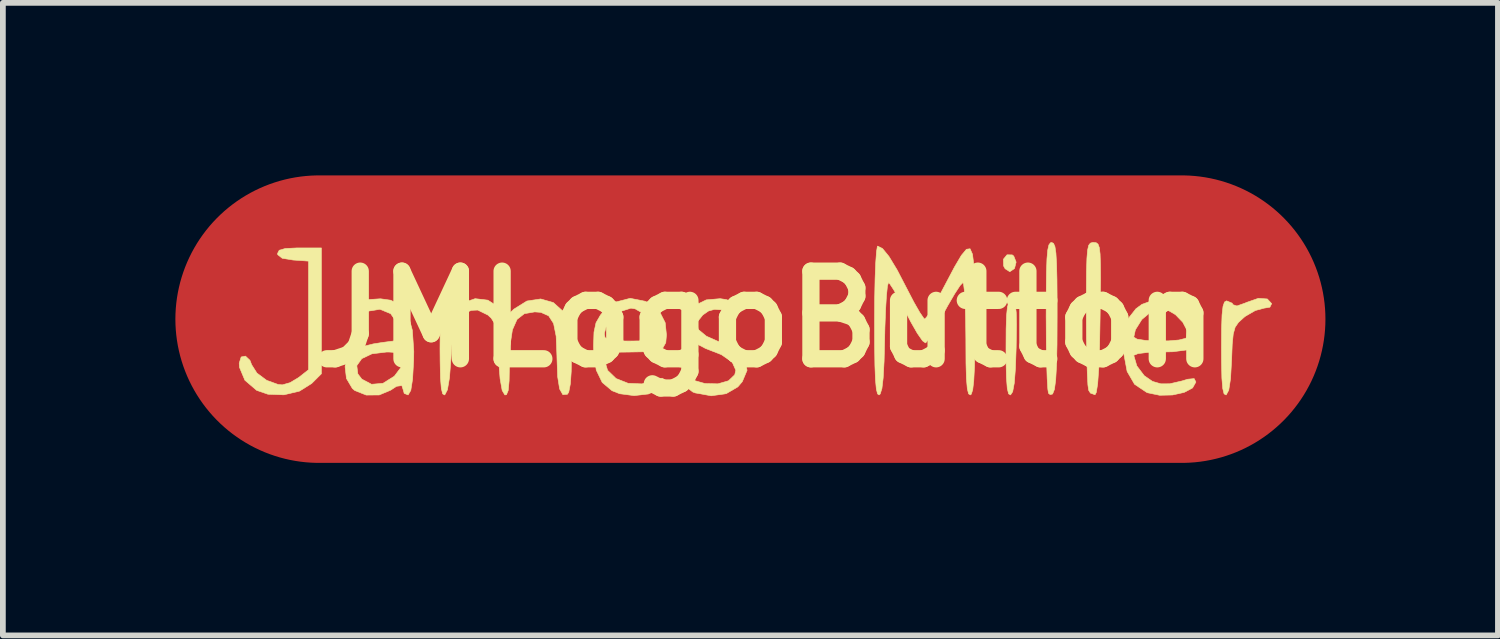
<source format=kicad_pcb>
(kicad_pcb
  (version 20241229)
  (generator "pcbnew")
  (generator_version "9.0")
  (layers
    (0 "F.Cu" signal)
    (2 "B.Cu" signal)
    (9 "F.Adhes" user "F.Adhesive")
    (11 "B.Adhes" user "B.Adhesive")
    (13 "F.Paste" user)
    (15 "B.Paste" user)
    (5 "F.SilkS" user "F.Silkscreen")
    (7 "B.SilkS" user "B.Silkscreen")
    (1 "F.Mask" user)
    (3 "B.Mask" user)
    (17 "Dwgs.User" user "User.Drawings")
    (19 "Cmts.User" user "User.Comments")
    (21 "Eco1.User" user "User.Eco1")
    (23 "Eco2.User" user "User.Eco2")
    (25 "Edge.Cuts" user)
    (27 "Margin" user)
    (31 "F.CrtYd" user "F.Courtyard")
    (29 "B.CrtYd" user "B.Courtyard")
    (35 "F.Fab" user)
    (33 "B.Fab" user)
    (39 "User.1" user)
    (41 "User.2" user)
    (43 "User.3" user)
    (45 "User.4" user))
  (footprint "JMLogoButton"
    (layer "F.Cu")
    (at 10.254 2.5)
    (property "Reference" "JMLogoButton" (at 0 0 0) (layer "F.SilkS") (effects (font (size 1.524 1.524) (thickness 0.3))))
    (attr through_hole)
    (fp_poly (pts (xy 4.3 -1.117) (xy 4.326 -1.096) (xy 4.367 -0.992) (xy 4.339 -0.881) (xy 4.259 -0.826) (xy 4.255 -0.826) (xy 4.176 -0.876) (xy 4.149 -0.925) (xy 4.146 -1.042) (xy 4.209 -1.119) (xy 4.3 -1.117)) (stroke (width 0.01) (type solid)) (fill yes) (layer "F.SilkS"))
    (fp_poly (pts (xy 4.328 -0.301) (xy 4.355 -0.24) (xy 4.369 -0.113) (xy 4.373 0.098) (xy 4.369 0.412) (xy 4.368 0.487) (xy 4.355 0.857) (xy 4.335 1.112) (xy 4.307 1.262) (xy 4.27 1.318) (xy 4.236 1.299) (xy 4.213 1.206) (xy 4.199 1.025) (xy 4.192 0.741) (xy 4.191 0.513) (xy 4.193 0.169) (xy 4.201 -0.067) (xy 4.216 -0.214) (xy 4.241 -0.291) (xy 4.278 -0.317) (xy 4.288 -0.318) (xy 4.328 -0.301)) (stroke (width 0.01) (type solid)) (fill yes) (layer "F.SilkS"))
    (fp_poly (pts (xy 5.017 -1.318) (xy 5.042 -1.262) (xy 5.059 -1.149) (xy 5.07 -0.965) (xy 5.077 -0.694) (xy 5.08 -0.32) (xy 5.08 -0.035) (xy 5.078 0.441) (xy 5.07 0.802) (xy 5.055 1.059) (xy 5.033 1.222) (xy 5.001 1.302) (xy 4.959 1.312) (xy 4.93 1.289) (xy 4.918 1.216) (xy 4.907 1.036) (xy 4.898 0.768) (xy 4.892 0.432) (xy 4.89 0.047) (xy 4.889 -0.042) (xy 4.891 -0.484) (xy 4.895 -0.815) (xy 4.903 -1.049) (xy 4.917 -1.203) (xy 4.937 -1.291) (xy 4.964 -1.328) (xy 4.985 -1.333) (xy 5.017 -1.318)) (stroke (width 0.01) (type solid)) (fill yes) (layer "F.SilkS"))
    (fp_poly (pts (xy 5.759 -1.329) (xy 5.791 -1.305) (xy 5.813 -1.246) (xy 5.827 -1.135) (xy 5.833 -0.957) (xy 5.835 -0.694) (xy 5.831 -0.332) (xy 5.827 -0.021) (xy 5.818 0.481) (xy 5.804 0.861) (xy 5.785 1.124) (xy 5.761 1.274) (xy 5.739 1.315) (xy 5.659 1.286) (xy 5.628 1.236) (xy 5.615 1.142) (xy 5.605 0.943) (xy 5.596 0.66) (xy 5.59 0.315) (xy 5.588 -0.071) (xy 5.588 -0.1) (xy 5.589 -0.525) (xy 5.591 -0.838) (xy 5.598 -1.058) (xy 5.61 -1.201) (xy 5.629 -1.284) (xy 5.658 -1.322) (xy 5.697 -1.333) (xy 5.716 -1.333) (xy 5.759 -1.329)) (stroke (width 0.01) (type solid)) (fill yes) (layer "F.SilkS"))
    (fp_poly (pts (xy -7.715 0.95) (xy -7.884 1.119) (xy -8.096 1.252) (xy -8.367 1.316) (xy -8.644 1.306) (xy -8.841 1.238) (xy -9.045 1.063) (xy -9.139 0.839) (xy -9.144 0.766) (xy -9.11 0.658) (xy -9.035 0.643) (xy -8.957 0.717) (xy -8.928 0.793) (xy -8.836 0.938) (xy -8.667 1.064) (xy -8.468 1.136) (xy -8.394 1.143) (xy -8.26 1.105) (xy -8.108 1.014) (xy -8.105 1.011) (xy -7.938 0.88) (xy -7.938 -1.009) (xy -8.207 -1.028) (xy -8.396 -1.059) (xy -8.474 -1.12) (xy -8.477 -1.143) (xy -8.448 -1.198) (xy -8.344 -1.228) (xy -8.142 -1.238) (xy -8.096 -1.238) (xy -7.715 -1.238) (xy -7.715 0.95)) (stroke (width 0.01) (type solid)) (fill yes) (layer "F.SilkS"))
    (fp_poly (pts (xy 8.735 -0.351) (xy 8.811 -0.27) (xy 8.78 -0.208) (xy 8.678 -0.191) (xy 8.526 -0.15) (xy 8.355 -0.051) (xy 8.326 -0.028) (xy 8.234 0.056) (xy 8.176 0.14) (xy 8.143 0.257) (xy 8.125 0.437) (xy 8.114 0.713) (xy 8.114 0.713) (xy 8.096 1.034) (xy 8.065 1.234) (xy 8.021 1.316) (xy 8.017 1.318) (xy 7.983 1.299) (xy 7.96 1.206) (xy 7.945 1.025) (xy 7.939 0.741) (xy 7.938 0.513) (xy 7.94 0.165) (xy 7.948 -0.074) (xy 7.965 -0.223) (xy 7.991 -0.298) (xy 8.027 -0.318) (xy 8.123 -0.278) (xy 8.139 -0.251) (xy 8.207 -0.229) (xy 8.356 -0.282) (xy 8.367 -0.288) (xy 8.579 -0.362) (xy 8.735 -0.351)) (stroke (width 0.01) (type solid)) (fill yes) (layer "F.SilkS"))
    (fp_poly (pts (xy -0.675 -0.34) (xy -0.49 -0.28) (xy -0.414 -0.202) (xy -0.413 -0.19) (xy -0.46 -0.117) (xy -0.504 -0.115) (xy -0.733 -0.16) (xy -0.879 -0.17) (xy -0.982 -0.142) (xy -1.081 -0.073) (xy -1.082 -0.073) (xy -1.184 0.056) (xy -1.163 0.178) (xy -1.019 0.297) (xy -0.787 0.4) (xy -0.511 0.538) (xy -0.352 0.704) (xy -0.312 0.889) (xy -0.395 1.087) (xy -0.473 1.178) (xy -0.675 1.296) (xy -0.935 1.333) (xy -1.214 1.283) (xy -1.254 1.268) (xy -1.365 1.185) (xy -1.397 1.107) (xy -1.366 1.035) (xy -1.286 1.051) (xy -1.044 1.12) (xy -0.818 1.125) (xy -0.635 1.072) (xy -0.526 0.967) (xy -0.508 0.888) (xy -0.571 0.747) (xy -0.76 0.617) (xy -1.036 0.509) (xy -1.253 0.395) (xy -1.37 0.241) (xy -1.396 0.068) (xy -1.34 -0.1) (xy -1.212 -0.242) (xy -1.022 -0.335) (xy -0.779 -0.356) (xy -0.675 -0.34)) (stroke (width 0.01) (type solid)) (fill yes) (layer "F.SilkS"))
    (fp_poly (pts (xy 7.067 -0.336) (xy 7.294 -0.222) (xy 7.462 -0.022) (xy 7.533 0.179) (xy 7.541 0.35) (xy 7.481 0.466) (xy 7.337 0.535) (xy 7.093 0.567) (xy 6.878 0.572) (xy 6.653 0.579) (xy 6.488 0.599) (xy 6.415 0.628) (xy 6.413 0.632) (xy 6.466 0.813) (xy 6.595 0.984) (xy 6.739 1.083) (xy 6.884 1.125) (xy 7.04 1.124) (xy 7.252 1.075) (xy 7.35 1.045) (xy 7.463 1.034) (xy 7.493 1.094) (xy 7.436 1.196) (xy 7.289 1.274) (xy 7.086 1.319) (xy 6.863 1.324) (xy 6.656 1.281) (xy 6.636 1.273) (xy 6.427 1.133) (xy 6.297 0.909) (xy 6.237 0.588) (xy 6.237 0.585) (xy 6.239 0.313) (xy 6.413 0.313) (xy 6.47 0.348) (xy 6.615 0.37) (xy 6.811 0.38) (xy 7.017 0.378) (xy 7.198 0.363) (xy 7.313 0.334) (xy 7.333 0.319) (xy 7.341 0.199) (xy 7.266 0.055) (xy 7.138 -0.078) (xy 6.985 -0.168) (xy 6.89 -0.186) (xy 6.716 -0.131) (xy 6.553 0.006) (xy 6.441 0.185) (xy 6.413 0.313) (xy 6.239 0.313) (xy 6.24 0.249) (xy 6.308 0.001) (xy 6.452 -0.182) (xy 6.555 -0.257) (xy 6.811 -0.352) (xy 7.067 -0.336)) (stroke (width 0.01) (type solid)) (fill yes) (layer "F.SilkS"))
    (fp_poly (pts (xy -2.08 -0.309) (xy -2.042 -0.291) (xy -1.839 -0.141) (xy -1.736 0.062) (xy -1.714 0.275) (xy -1.726 0.41) (xy -1.775 0.497) (xy -1.884 0.545) (xy -2.077 0.567) (xy -2.355 0.572) (xy -2.586 0.575) (xy -2.719 0.59) (xy -2.779 0.626) (xy -2.794 0.69) (xy -2.794 0.701) (xy -2.738 0.89) (xy -2.59 1.033) (xy -2.38 1.116) (xy -2.14 1.126) (xy -1.939 1.069) (xy -1.79 1.027) (xy -1.728 1.061) (xy -1.768 1.151) (xy -1.833 1.212) (xy -2.026 1.301) (xy -2.276 1.33) (xy -2.528 1.297) (xy -2.66 1.245) (xy -2.831 1.101) (xy -2.935 0.886) (xy -2.979 0.58) (xy -2.982 0.465) (xy -2.975 0.251) (xy -2.794 0.251) (xy -2.783 0.319) (xy -2.731 0.358) (xy -2.611 0.376) (xy -2.395 0.381) (xy -2.349 0.381) (xy -2.117 0.378) (xy -1.983 0.363) (xy -1.922 0.329) (xy -1.905 0.265) (xy -1.905 0.242) (xy -1.959 0.072) (xy -2.091 -0.083) (xy -2.258 -0.179) (xy -2.332 -0.191) (xy -2.494 -0.14) (xy -2.653 -0.015) (xy -2.766 0.143) (xy -2.794 0.251) (xy -2.975 0.251) (xy -2.974 0.226) (xy -2.939 0.063) (xy -2.862 -0.07) (xy -2.822 -0.12) (xy -2.601 -0.297) (xy -2.344 -0.362) (xy -2.08 -0.309)) (stroke (width 0.01) (type solid)) (fill yes) (layer "F.SilkS"))
    (fp_poly (pts (xy -6.509 -0.329) (xy -6.328 -0.238) (xy -6.204 -0.068) (xy -6.133 0.194) (xy -6.108 0.56) (xy -6.111 0.725) (xy -6.129 1.043) (xy -6.16 1.239) (xy -6.206 1.317) (xy -6.207 1.318) (xy -6.275 1.291) (xy -6.287 1.244) (xy -6.316 1.155) (xy -6.408 1.168) (xy -6.512 1.236) (xy -6.71 1.319) (xy -6.936 1.32) (xy -7.133 1.242) (xy -7.176 1.206) (xy -7.279 1.032) (xy -7.303 0.826) (xy -7.298 0.808) (xy -7.099 0.808) (xy -7.081 0.952) (xy -7.012 1.043) (xy -6.842 1.133) (xy -6.644 1.116) (xy -6.452 0.996) (xy -6.442 0.987) (xy -6.335 0.844) (xy -6.287 0.709) (xy -6.287 0.701) (xy -6.304 0.622) (xy -6.376 0.583) (xy -6.537 0.572) (xy -6.583 0.572) (xy -6.836 0.603) (xy -7.013 0.687) (xy -7.099 0.808) (xy -7.298 0.808) (xy -7.248 0.639) (xy -7.164 0.545) (xy -7.025 0.484) (xy -6.814 0.431) (xy -6.656 0.406) (xy -6.459 0.38) (xy -6.325 0.355) (xy -6.287 0.339) (xy -6.309 0.269) (xy -6.363 0.13) (xy -6.378 0.095) (xy -6.51 -0.095) (xy -6.697 -0.172) (xy -6.937 -0.133) (xy -6.949 -0.129) (xy -7.109 -0.086) (xy -7.173 -0.119) (xy -7.157 -0.211) (xy -7.067 -0.29) (xy -6.896 -0.34) (xy -6.688 -0.354) (xy -6.509 -0.329)) (stroke (width 0.01) (type solid)) (fill yes) (layer "F.SilkS"))
    (fp_poly (pts (xy -4.82 -0.33) (xy -4.637 -0.213) (xy -4.605 -0.173) (xy -4.511 -0.039) (xy -4.367 -0.174) (xy -4.141 -0.315) (xy -3.902 -0.351) (xy -3.681 -0.288) (xy -3.506 -0.131) (xy -3.436 0.008) (xy -3.4 0.172) (xy -3.377 0.399) (xy -3.367 0.657) (xy -3.37 0.91) (xy -3.385 1.125) (xy -3.413 1.269) (xy -3.436 1.306) (xy -3.516 1.313) (xy -3.572 1.214) (xy -3.606 1.002) (xy -3.618 0.672) (xy -3.619 0.629) (xy -3.632 0.298) (xy -3.677 0.075) (xy -3.763 -0.058) (xy -3.898 -0.118) (xy -4.006 -0.126) (xy -4.185 -0.095) (xy -4.312 0.004) (xy -4.393 0.186) (xy -4.435 0.465) (xy -4.445 0.795) (xy -4.45 1.073) (xy -4.466 1.241) (xy -4.497 1.314) (xy -4.524 1.318) (xy -4.571 1.24) (xy -4.607 1.038) (xy -4.633 0.712) (xy -4.636 0.672) (xy -4.653 0.38) (xy -4.676 0.187) (xy -4.709 0.064) (xy -4.762 -0.018) (xy -4.819 -0.071) (xy -4.996 -0.158) (xy -5.105 -0.153) (xy -5.245 -0.096) (xy -5.34 -0.007) (xy -5.401 0.138) (xy -5.438 0.363) (xy -5.461 0.68) (xy -5.487 1.017) (xy -5.523 1.229) (xy -5.569 1.317) (xy -5.572 1.318) (xy -5.606 1.299) (xy -5.629 1.206) (xy -5.644 1.025) (xy -5.65 0.741) (xy -5.652 0.513) (xy -5.649 0.165) (xy -5.641 -0.074) (xy -5.624 -0.223) (xy -5.598 -0.298) (xy -5.562 -0.318) (xy -5.465 -0.274) (xy -5.447 -0.244) (xy -5.387 -0.216) (xy -5.254 -0.282) (xy -5.041 -0.356) (xy -4.82 -0.33)) (stroke (width 0.01) (type solid)) (fill yes) (layer "F.SilkS"))
    (fp_poly (pts (xy 2.044 -1.227) (xy 2.155 -1.091) (xy 2.298 -0.855) (xy 2.47 -0.524) (xy 2.589 -0.295) (xy 2.691 -0.117) (xy 2.761 -0.015) (xy 2.779 -0.001) (xy 2.825 -0.054) (xy 2.914 -0.198) (xy 3.033 -0.41) (xy 3.144 -0.62) (xy 3.296 -0.908) (xy 3.414 -1.108) (xy 3.503 -1.215) (xy 3.566 -1.224) (xy 3.608 -1.129) (xy 3.634 -0.925) (xy 3.647 -0.607) (xy 3.651 -0.169) (xy 3.651 0.026) (xy 3.649 0.486) (xy 3.643 0.832) (xy 3.63 1.075) (xy 3.612 1.228) (xy 3.587 1.305) (xy 3.572 1.318) (xy 3.54 1.299) (xy 3.518 1.211) (xy 3.503 1.038) (xy 3.495 0.768) (xy 3.493 0.385) (xy 3.493 0.355) (xy 3.489 0.016) (xy 3.481 -0.272) (xy 3.468 -0.489) (xy 3.452 -0.614) (xy 3.441 -0.635) (xy 3.391 -0.583) (xy 3.299 -0.442) (xy 3.181 -0.24) (xy 3.12 -0.128) (xy 2.994 0.1) (xy 2.885 0.284) (xy 2.81 0.395) (xy 2.791 0.414) (xy 2.74 0.377) (xy 2.65 0.248) (xy 2.536 0.049) (xy 2.463 -0.092) (xy 2.343 -0.326) (xy 2.239 -0.509) (xy 2.168 -0.617) (xy 2.147 -0.635) (xy 2.129 -0.575) (xy 2.112 -0.41) (xy 2.097 -0.162) (xy 2.085 0.148) (xy 2.081 0.328) (xy 2.071 0.732) (xy 2.055 1.021) (xy 2.033 1.207) (xy 2.003 1.301) (xy 1.984 1.318) (xy 1.957 1.3) (xy 1.936 1.216) (xy 1.921 1.055) (xy 1.911 0.804) (xy 1.906 0.449) (xy 1.905 0.037) (xy 1.907 -0.355) (xy 1.914 -0.7) (xy 1.925 -0.979) (xy 1.939 -1.174) (xy 1.954 -1.265) (xy 1.959 -1.27) (xy 2.044 -1.227)) (stroke (width 0.01) (type solid)) (fill yes) (layer "F.SilkS"))
    (pad "1" smd oval (at -0.254 0) (size 20 5) (layers "F.Cu" "F.Mask" "F.Paste")))
  (gr_rect
    (start -3 -3)
    (end 23 8)
    (stroke (width 0.1) (type default))
    (fill no)
    (layer "Edge.Cuts")))
</source>
